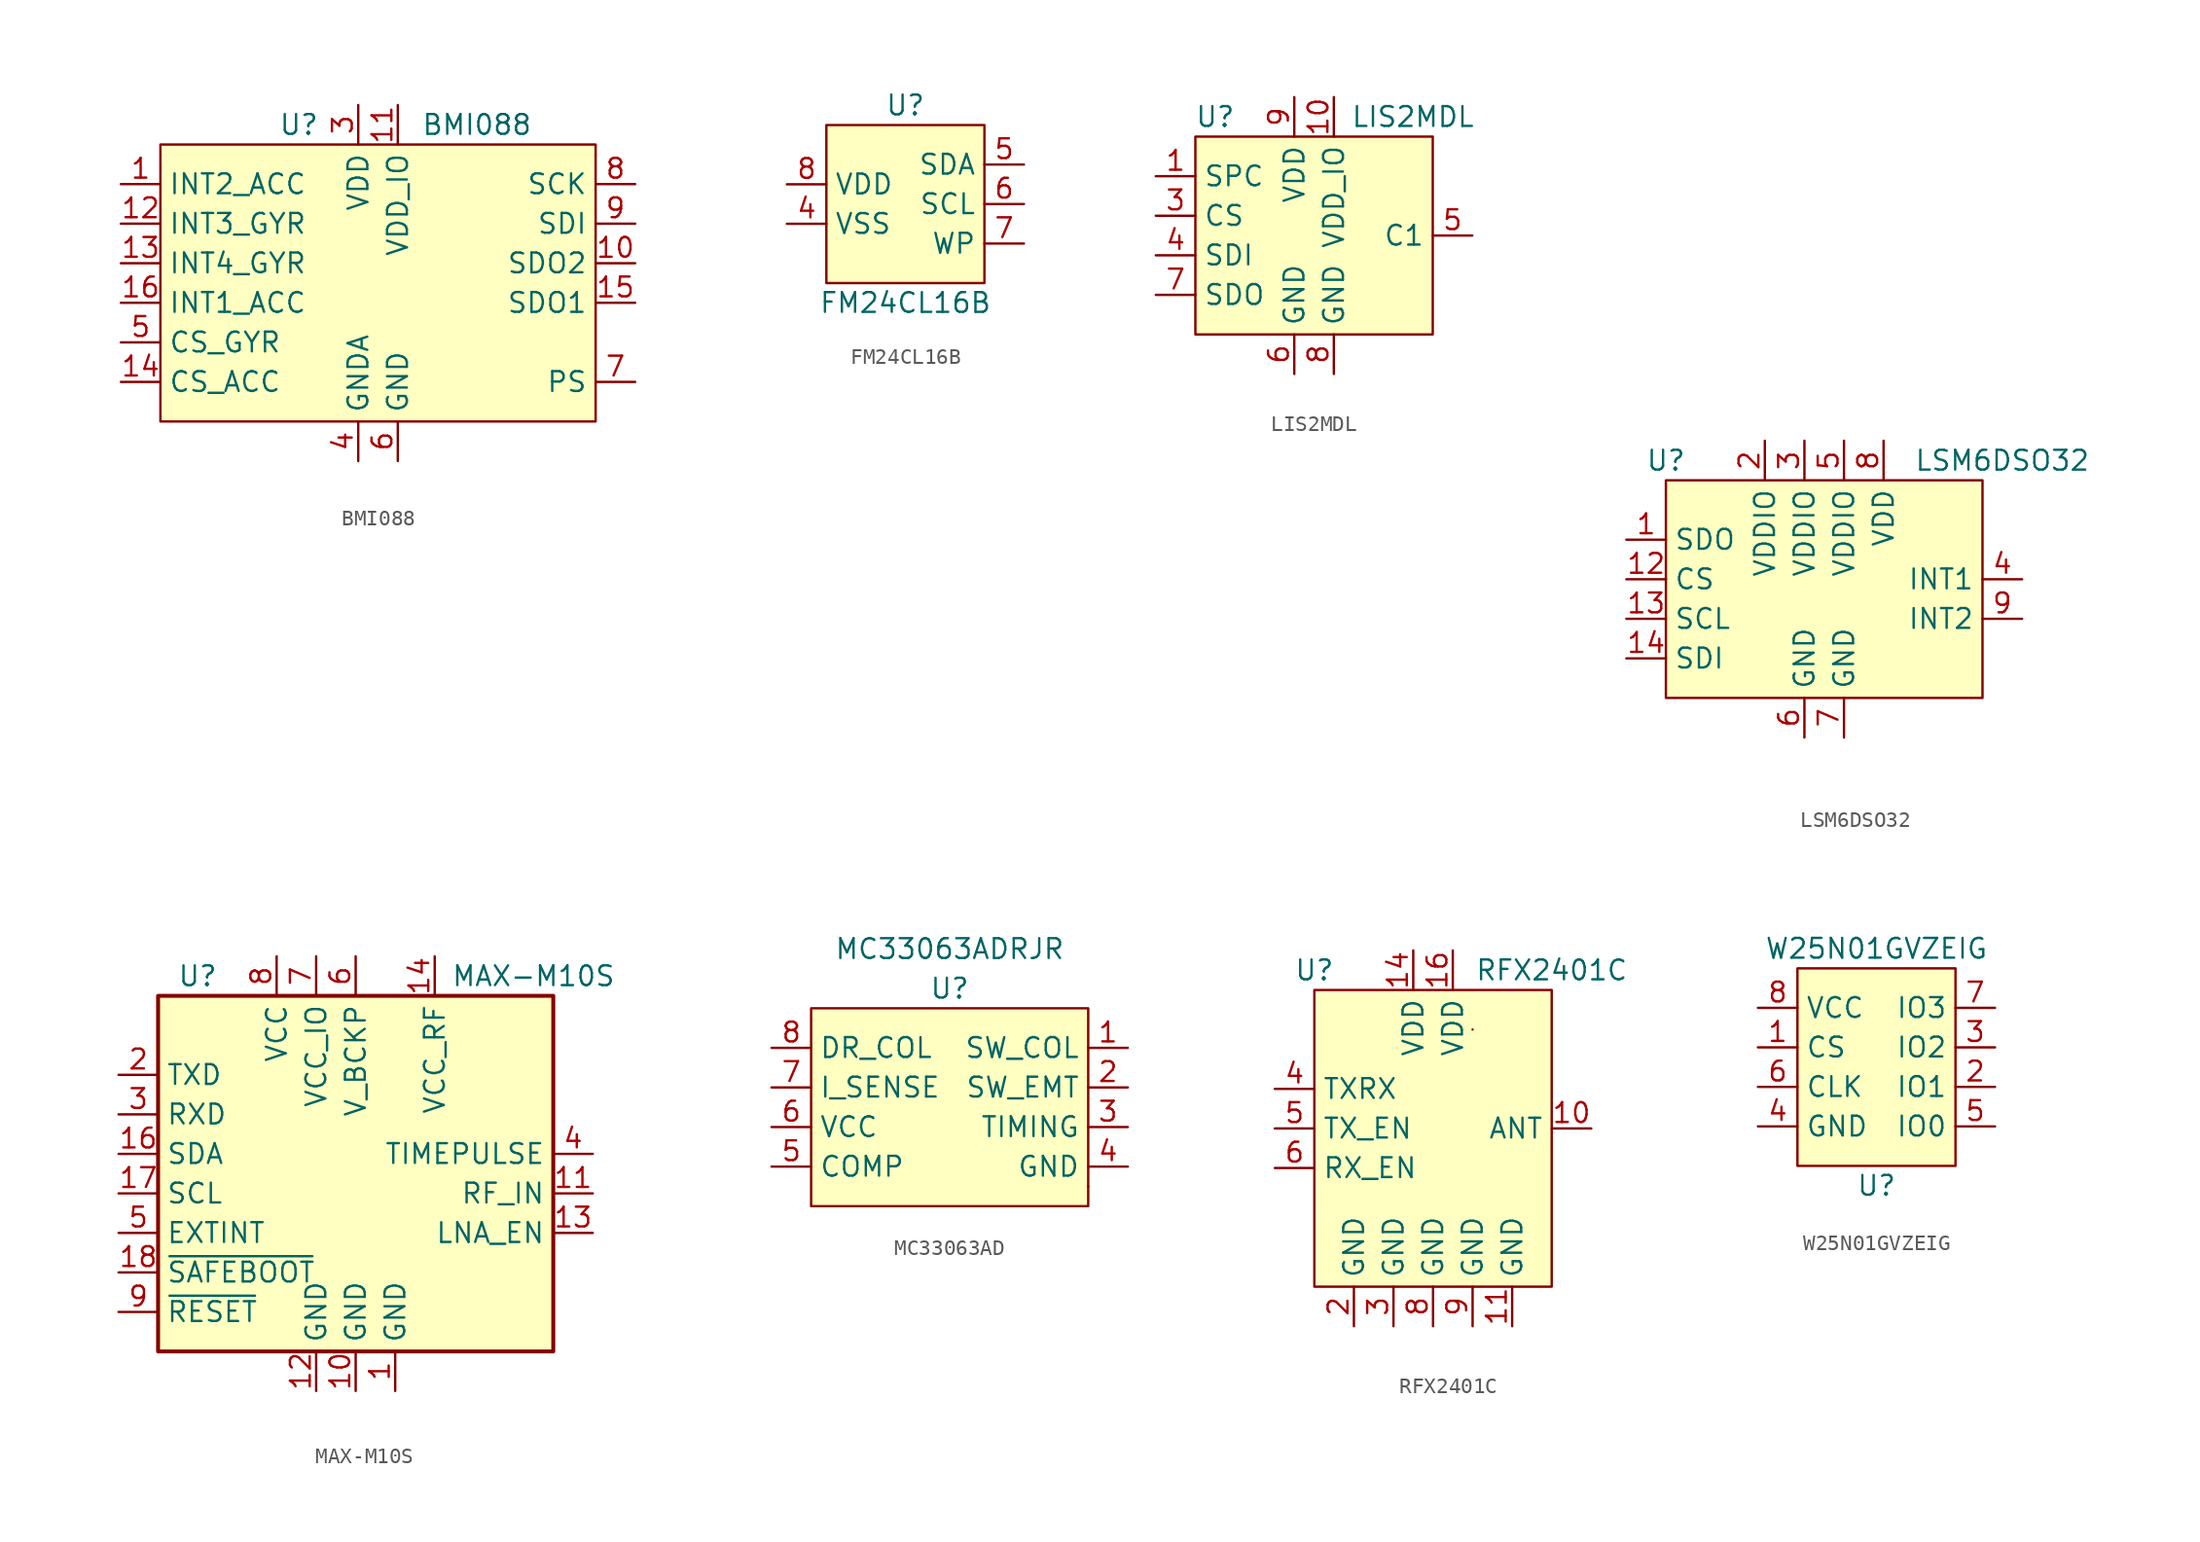
<source format=kicad_sym>
(kicad_symbol_lib
  (version 20220914)
  (generator kicad_symbol_editor)
  (symbol "BMI088"
    (property "Reference" "U"
      (at -5.08 1.27 0)
      (effects (font (size 1.27 1.27))))
    (property "Value" "BMI088"
      (at 6.35 1.27 0)
      (effects (font (size 1.27 1.27))))
    (symbol "BMI088_0_0"
      (pin bidirectional line (at -16.51 -2.54 0) (length 2.54) (name "INT2_ACC" (effects (font (size 1.27 1.27)))) (number "1" (effects (font (size 1.27 1.27)))))
      (pin output line (at 16.51 -7.62 180) (length 2.54) (name "SDO2" (effects (font (size 1.27 1.27)))) (number "10" (effects (font (size 1.27 1.27)))))
      (pin power_in line (at 1.27 2.54 270) (length 2.54) (name "VDD_IO" (effects (font (size 1.27 1.27)))) (number "11" (effects (font (size 1.27 1.27)))))
      (pin bidirectional line (at -16.51 -5.08 0) (length 2.54) (name "INT3_GYR" (effects (font (size 1.27 1.27)))) (number "12" (effects (font (size 1.27 1.27)))))
      (pin bidirectional line (at -16.51 -7.62 0) (length 2.54) (name "INT4_GYR" (effects (font (size 1.27 1.27)))) (number "13" (effects (font (size 1.27 1.27)))))
      (pin input line (at -16.51 -15.24 0) (length 2.54) (name "CS_ACC" (effects (font (size 1.27 1.27)))) (number "14" (effects (font (size 1.27 1.27)))))
      (pin output line (at 16.51 -10.16 180) (length 2.54) (name "SDO1" (effects (font (size 1.27 1.27)))) (number "15" (effects (font (size 1.27 1.27)))))
      (pin bidirectional line (at -16.51 -10.16 0) (length 2.54) (name "INT1_ACC" (effects (font (size 1.27 1.27)))) (number "16" (effects (font (size 1.27 1.27)))))
      (pin passive line (at 16.51 -12.7 180) (length 2.54) hide (name "NC" (effects (font (size 1.27 1.27)))) (number "2" (effects (font (size 1.27 1.27)))))
      (pin power_in line (at -1.27 2.54 270) (length 2.54) (name "VDD" (effects (font (size 1.27 1.27)))) (number "3" (effects (font (size 1.27 1.27)))))
      (pin power_in line (at -1.27 -20.32 90) (length 2.54) (name "GNDA" (effects (font (size 1.27 1.27)))) (number "4" (effects (font (size 1.27 1.27)))))
      (pin input line (at -16.51 -12.7 0) (length 2.54) (name "CS_GYR" (effects (font (size 1.27 1.27)))) (number "5" (effects (font (size 1.27 1.27)))))
      (pin power_in line (at 1.27 -20.32 90) (length 2.54) (name "GND" (effects (font (size 1.27 1.27)))) (number "6" (effects (font (size 1.27 1.27)))))
      (pin input line (at 16.51 -15.24 180) (length 2.54) (name "PS" (effects (font (size 1.27 1.27)))) (number "7" (effects (font (size 1.27 1.27)))))
      (pin input line (at 16.51 -2.54 180) (length 2.54) (name "SCK" (effects (font (size 1.27 1.27)))) (number "8" (effects (font (size 1.27 1.27)))))
      (pin input line (at 16.51 -5.08 180) (length 2.54) (name "SDI" (effects (font (size 1.27 1.27)))) (number "9" (effects (font (size 1.27 1.27))))))
    (symbol "BMI088_0_1"
      (rectangle (start -13.97 0) (end 13.97 -17.78) (stroke (width 0) (type default)) (fill (type background)))))
  (symbol "FM24CL16B"
    (property "Reference" "U"
      (at 1.27 1.27 0)
      (effects (font (size 1.27 1.27))))
    (property "Value" "FM24CL16B"
      (at 1.27 -11.43 0)
      (effects (font (size 1.27 1.27))))
    (symbol "FM24CL16B_0_0"
      (pin no_connect line (at -1.27 2.54 270) (length 2.54) hide (name "NC" (effects (font (size 1.27 1.27)))) (number "1" (effects (font (size 1.27 1.27)))))
      (pin no_connect line (at 1.27 2.54 270) (length 2.54) hide (name "NC" (effects (font (size 1.27 1.27)))) (number "2" (effects (font (size 1.27 1.27)))))
      (pin no_connect line (at 3.81 2.54 270) (length 2.54) hide (name "NC" (effects (font (size 1.27 1.27)))) (number "3" (effects (font (size 1.27 1.27)))))
      (pin power_in line (at -6.35 -6.35 0) (length 2.54) (name "VSS" (effects (font (size 1.27 1.27)))) (number "4" (effects (font (size 1.27 1.27)))))
      (pin bidirectional line (at 8.89 -2.54 180) (length 2.54) (name "SDA" (effects (font (size 1.27 1.27)))) (number "5" (effects (font (size 1.27 1.27)))))
      (pin input line (at 8.89 -5.08 180) (length 2.54) (name "SCL" (effects (font (size 1.27 1.27)))) (number "6" (effects (font (size 1.27 1.27)))))
      (pin input line (at 8.89 -7.62 180) (length 2.54) (name "WP" (effects (font (size 1.27 1.27)))) (number "7" (effects (font (size 1.27 1.27)))))
      (pin power_in line (at -6.35 -3.81 0) (length 2.54) (name "VDD" (effects (font (size 1.27 1.27)))) (number "8" (effects (font (size 1.27 1.27))))))
    (symbol "FM24CL16B_0_1"
      (rectangle (start -3.81 0) (end 6.35 -10.16) (stroke (width 0) (type default)) (fill (type background)))))
  (symbol "LIS2MDL"
    (property "Reference" "U"
      (at -6.35 1.27 0)
      (effects (font (size 1.27 1.27))))
    (property "Value" "LIS2MDL"
      (at 6.35 1.27 0)
      (effects (font (size 1.27 1.27))))
    (symbol "LIS2MDL_0_0"
      (pin input line (at -10.16 -2.54 0) (length 2.54) (name "SPC" (effects (font (size 1.27 1.27)))) (number "1" (effects (font (size 1.27 1.27)))))
      (pin power_in line (at 1.27 2.54 270) (length 2.54) (name "VDD_IO" (effects (font (size 1.27 1.27)))) (number "10" (effects (font (size 1.27 1.27)))))
      (pin input line (at -10.16 -5.08 0) (length 2.54) (name "CS" (effects (font (size 1.27 1.27)))) (number "3" (effects (font (size 1.27 1.27)))))
      (pin input line (at -10.16 -7.62 0) (length 2.54) (name "SDI" (effects (font (size 1.27 1.27)))) (number "4" (effects (font (size 1.27 1.27)))))
      (pin input line (at 10.16 -6.35 180) (length 2.54) (name "C1" (effects (font (size 1.27 1.27)))) (number "5" (effects (font (size 1.27 1.27)))))
      (pin power_in line (at -1.27 -15.24 90) (length 2.54) (name "GND" (effects (font (size 1.27 1.27)))) (number "6" (effects (font (size 1.27 1.27)))))
      (pin bidirectional line (at -10.16 -10.16 0) (length 2.54) (name "SDO" (effects (font (size 1.27 1.27)))) (number "7" (effects (font (size 1.27 1.27)))))
      (pin power_in line (at 1.27 -15.24 90) (length 2.54) (name "GND" (effects (font (size 1.27 1.27)))) (number "8" (effects (font (size 1.27 1.27)))))
      (pin power_in line (at -1.27 2.54 270) (length 2.54) (name "VDD" (effects (font (size 1.27 1.27)))) (number "9" (effects (font (size 1.27 1.27))))))
    (symbol "LIS2MDL_1_0"
      (pin no_connect line (at 10.16 -8.89 180) (length 2.54) hide (name "NC" (effects (font (size 1.27 1.27)))) (number "11" (effects (font (size 1.27 1.27)))))
      (pin no_connect line (at 10.16 -11.43 180) (length 2.54) hide (name "NC" (effects (font (size 1.27 1.27)))) (number "12" (effects (font (size 1.27 1.27)))))
      (pin no_connect line (at 10.16 -3.81 180) (length 2.54) hide (name "NC" (effects (font (size 1.27 1.27)))) (number "2" (effects (font (size 1.27 1.27))))))
    (symbol "LIS2MDL_1_1"
      (rectangle (start -7.62 0) (end 7.62 -12.7) (stroke (width 0) (type default)) (fill (type background)))))
  (symbol "LSM6DSO32"
    (property "Reference" "U"
      (at -10.16 1.27 0)
      (effects (font (size 1.27 1.27))))
    (property "Value" "LSM6DSO32"
      (at 11.43 1.27 0)
      (effects (font (size 1.27 1.27))))
    (symbol "LSM6DSO32_0_0"
      (pin input line (at -12.7 -6.35 0) (length 2.54) (name "CS" (effects (font (size 1.27 1.27)))) (number "12" (effects (font (size 1.27 1.27)))))
      (pin input line (at -12.7 -8.89 0) (length 2.54) (name "SCL" (effects (font (size 1.27 1.27)))) (number "13" (effects (font (size 1.27 1.27)))))
      (pin input line (at -12.7 -11.43 0) (length 2.54) (name "SDI" (effects (font (size 1.27 1.27)))) (number "14" (effects (font (size 1.27 1.27)))))
      (pin power_in line (at -3.81 2.54 270) (length 2.54) (name "VDDIO" (effects (font (size 1.27 1.27)))) (number "2" (effects (font (size 1.27 1.27)))))
      (pin power_in line (at -1.27 2.54 270) (length 2.54) (name "VDDIO" (effects (font (size 1.27 1.27)))) (number "3" (effects (font (size 1.27 1.27)))))
      (pin output line (at 12.7 -6.35 180) (length 2.54) (name "INT1" (effects (font (size 1.27 1.27)))) (number "4" (effects (font (size 1.27 1.27)))))
      (pin power_in line (at 1.27 2.54 270) (length 2.54) (name "VDDIO" (effects (font (size 1.27 1.27)))) (number "5" (effects (font (size 1.27 1.27)))))
      (pin power_in line (at -1.27 -16.51 90) (length 2.54) (name "GND" (effects (font (size 1.27 1.27)))) (number "6" (effects (font (size 1.27 1.27)))))
      (pin power_in line (at 1.27 -16.51 90) (length 2.54) (name "GND" (effects (font (size 1.27 1.27)))) (number "7" (effects (font (size 1.27 1.27)))))
      (pin power_in line (at 3.81 2.54 270) (length 2.54) (name "VDD" (effects (font (size 1.27 1.27)))) (number "8" (effects (font (size 1.27 1.27)))))
      (pin output line (at 12.7 -8.89 180) (length 2.54) (name "INT2" (effects (font (size 1.27 1.27)))) (number "9" (effects (font (size 1.27 1.27))))))
    (symbol "LSM6DSO32_1_0"
      (pin bidirectional line (at -12.7 -3.81 0) (length 2.54) (name "SDO" (effects (font (size 1.27 1.27)))) (number "1" (effects (font (size 1.27 1.27)))))
      (pin no_connect line (at 0 22.86 0) (length 2.54) hide (name "NC" (effects (font (size 1.27 1.27)))) (number "10" (effects (font (size 1.27 1.27)))))
      (pin no_connect line (at 0 20.32 0) (length 2.54) hide (name "NC" (effects (font (size 1.27 1.27)))) (number "11" (effects (font (size 1.27 1.27))))))
    (symbol "LSM6DSO32_1_1"
      (rectangle (start -10.16 0) (end 10.16 -13.97) (stroke (width 0) (type default)) (fill (type background)))))
  (symbol "MAX-M10S"
    (property "Reference" "U"
      (at -10.16 16.51 0)
      (effects (font (size 1.27 1.27))))
    (property "Value" "MAX-M10S"
      (at 11.43 16.51 0)
      (effects (font (size 1.27 1.27))))
    (symbol "MAX-M10S_0_1"
      (rectangle (start -12.7 15.24) (end 12.7 -7.62) (stroke (width 0.254) (type default)) (fill (type background))))
    (symbol "MAX-M10S_1_1"
      (pin power_in line (at 2.54 -10.16 90) (length 2.54) (name "GND" (effects (font (size 1.27 1.27)))) (number "1" (effects (font (size 1.27 1.27)))))
      (pin power_in line (at 0 -10.16 90) (length 2.54) (name "GND" (effects (font (size 1.27 1.27)))) (number "10" (effects (font (size 1.27 1.27)))))
      (pin input line (at 15.24 2.54 180) (length 2.54) (name "RF_IN" (effects (font (size 1.27 1.27)))) (number "11" (effects (font (size 1.27 1.27)))))
      (pin power_in line (at -2.54 -10.16 90) (length 2.54) (name "GND" (effects (font (size 1.27 1.27)))) (number "12" (effects (font (size 1.27 1.27)))))
      (pin output line (at 15.24 0 180) (length 2.54) (name "LNA_EN" (effects (font (size 1.27 1.27)))) (number "13" (effects (font (size 1.27 1.27)))))
      (pin power_out line (at 5.08 17.78 270) (length 2.54) (name "VCC_RF" (effects (font (size 1.27 1.27)))) (number "14" (effects (font (size 1.27 1.27)))))
      (pin no_connect line (at 15.24 -5.08 180) (length 2.54) hide (name "Reserved" (effects (font (size 1.27 1.27)))) (number "15" (effects (font (size 1.27 1.27)))))
      (pin bidirectional line (at -15.24 5.08 0) (length 2.54) (name "SDA" (effects (font (size 1.27 1.27)))) (number "16" (effects (font (size 1.27 1.27)))))
      (pin input line (at -15.24 2.54 0) (length 2.54) (name "SCL" (effects (font (size 1.27 1.27)))) (number "17" (effects (font (size 1.27 1.27)))))
      (pin input line (at -15.24 -2.54 0) (length 2.54) (name "~{SAFEBOOT}" (effects (font (size 1.27 1.27)))) (number "18" (effects (font (size 1.27 1.27)))))
      (pin output line (at -15.24 10.16 0) (length 2.54) (name "TXD" (effects (font (size 1.27 1.27)))) (number "2" (effects (font (size 1.27 1.27)))))
      (pin input line (at -15.24 7.62 0) (length 2.54) (name "RXD" (effects (font (size 1.27 1.27)))) (number "3" (effects (font (size 1.27 1.27)))))
      (pin output line (at 15.24 5.08 180) (length 2.54) (name "TIMEPULSE" (effects (font (size 1.27 1.27)))) (number "4" (effects (font (size 1.27 1.27)))))
      (pin input line (at -15.24 0 0) (length 2.54) (name "EXTINT" (effects (font (size 1.27 1.27)))) (number "5" (effects (font (size 1.27 1.27)))))
      (pin power_in line (at 0 17.78 270) (length 2.54) (name "V_BCKP" (effects (font (size 1.27 1.27)))) (number "6" (effects (font (size 1.27 1.27)))))
      (pin power_in line (at -2.54 17.78 270) (length 2.54) (name "VCC_IO" (effects (font (size 1.27 1.27)))) (number "7" (effects (font (size 1.27 1.27)))))
      (pin power_in line (at -5.08 17.78 270) (length 2.54) (name "VCC" (effects (font (size 1.27 1.27)))) (number "8" (effects (font (size 1.27 1.27)))))
      (pin input line (at -15.24 -5.08 0) (length 2.54) (name "~{RESET}" (effects (font (size 1.27 1.27)))) (number "9" (effects (font (size 1.27 1.27)))))))
  (symbol "MC33063AD"
    (property "Reference" "U"
      (at 0 1.27 0)
      (effects (font (size 1.27 1.27))))
    (property "Value" "MC33063ADRJR"
      (at 0 3.81 0)
      (effects (font (size 1.27 1.27))))
    (symbol "MC33063AD_0_0"
      (pin unspecified line (at 11.43 -2.54 180) (length 2.54) (name "SW_COL" (effects (font (size 1.27 1.27)))) (number "1" (effects (font (size 1.27 1.27)))))
      (pin unspecified line (at 11.43 -5.08 180) (length 2.54) (name "SW_EMT" (effects (font (size 1.27 1.27)))) (number "2" (effects (font (size 1.27 1.27)))))
      (pin unspecified line (at 11.43 -7.62 180) (length 2.54) (name "TIMING" (effects (font (size 1.27 1.27)))) (number "3" (effects (font (size 1.27 1.27)))))
      (pin unspecified line (at 11.43 -10.16 180) (length 2.54) (name "GND" (effects (font (size 1.27 1.27)))) (number "4" (effects (font (size 1.27 1.27)))))
      (pin unspecified line (at -11.43 -10.16 0) (length 2.54) (name "COMP" (effects (font (size 1.27 1.27)))) (number "5" (effects (font (size 1.27 1.27)))))
      (pin unspecified line (at -11.43 -7.62 0) (length 2.54) (name "VCC" (effects (font (size 1.27 1.27)))) (number "6" (effects (font (size 1.27 1.27)))))
      (pin unspecified line (at -11.43 -5.08 0) (length 2.54) (name "I_SENSE" (effects (font (size 1.27 1.27)))) (number "7" (effects (font (size 1.27 1.27)))))
      (pin unspecified line (at -11.43 -2.54 0) (length 2.54) (name "DR_COL" (effects (font (size 1.27 1.27)))) (number "8" (effects (font (size 1.27 1.27))))))
    (symbol "MC33063AD_0_1"
      (rectangle (start 8.89 -11.43) (end 8.89 -11.43) (stroke (width 0) (type default)) (fill (type none))))
    (symbol "MC33063AD_1_1"
      (rectangle (start -8.89 0) (end 8.89 -12.7) (stroke (width 0) (type default)) (fill (type background)))))
  (symbol "RFX2401C"
    (property "Reference" "U"
      (at -7.62 1.27 0)
      (effects (font (size 1.27 1.27))))
    (property "Value" "RFX2401C"
      (at 7.62 1.27 0)
      (effects (font (size 1.27 1.27))))
    (symbol "RFX2401C_0_0"
      (pin no_connect line (at -6.35 2.54 270) (length 2.54) hide (name "NC" (effects (font (size 1.27 1.27)))) (number "1" (effects (font (size 1.27 1.27)))))
      (pin output line (at 10.16 -8.89 180) (length 2.54) (name "ANT" (effects (font (size 1.27 1.27)))) (number "10" (effects (font (size 1.27 1.27)))))
      (pin power_in line (at 5.08 -21.59 90) (length 2.54) (name "GND" (effects (font (size 1.27 1.27)))) (number "11" (effects (font (size 1.27 1.27)))))
      (pin no_connect line (at 3.81 2.54 270) (length 2.54) hide (name "NC" (effects (font (size 1.27 1.27)))) (number "12" (effects (font (size 1.27 1.27)))))
      (pin no_connect line (at 10.16 -11.43 180) (length 2.54) hide (name "DNC" (effects (font (size 1.27 1.27)))) (number "13" (effects (font (size 1.27 1.27)))))
      (pin power_in line (at -1.27 2.54 270) (length 2.54) (name "VDD" (effects (font (size 1.27 1.27)))) (number "14" (effects (font (size 1.27 1.27)))))
      (pin no_connect line (at 6.35 2.54 270) (length 2.54) hide (name "NC" (effects (font (size 1.27 1.27)))) (number "15" (effects (font (size 1.27 1.27)))))
      (pin power_in line (at 1.27 2.54 270) (length 2.54) (name "VDD" (effects (font (size 1.27 1.27)))) (number "16" (effects (font (size 1.27 1.27)))))
      (pin power_in line (at -5.08 -21.59 90) (length 2.54) (name "GND" (effects (font (size 1.27 1.27)))) (number "2" (effects (font (size 1.27 1.27)))))
      (pin power_in line (at -2.54 -21.59 90) (length 2.54) (name "GND" (effects (font (size 1.27 1.27)))) (number "3" (effects (font (size 1.27 1.27)))))
      (pin input line (at -10.16 -6.35 0) (length 2.54) (name "TXRX" (effects (font (size 1.27 1.27)))) (number "4" (effects (font (size 1.27 1.27)))))
      (pin input line (at -10.16 -8.89 0) (length 2.54) (name "TX_EN" (effects (font (size 1.27 1.27)))) (number "5" (effects (font (size 1.27 1.27)))))
      (pin input line (at -10.16 -11.43 0) (length 2.54) (name "RX_EN" (effects (font (size 1.27 1.27)))) (number "6" (effects (font (size 1.27 1.27)))))
      (pin no_connect line (at -3.81 2.54 270) (length 2.54) hide (name "NC" (effects (font (size 1.27 1.27)))) (number "7" (effects (font (size 1.27 1.27)))))
      (pin power_in line (at 0 -21.59 90) (length 2.54) (name "GND" (effects (font (size 1.27 1.27)))) (number "8" (effects (font (size 1.27 1.27)))))
      (pin power_in line (at 2.54 -21.59 90) (length 2.54) (name "GND" (effects (font (size 1.27 1.27)))) (number "9" (effects (font (size 1.27 1.27))))))
    (symbol "RFX2401C_0_1"
      (rectangle (start -7.62 0) (end 7.62 -19.05) (stroke (width 0) (type default)) (fill (type background)))
      (rectangle (start 2.54 -2.54) (end 2.54 -2.54) (stroke (width 0) (type default)) (fill (type none)))))
  (symbol "W25N01GVZEIG"
    (property "Reference" "U"
      (at 0 -13.97 0)
      (effects (font (size 1.27 1.27))))
    (property "Value" "W25N01GVZEIG"
      (at 0 1.27 0)
      (effects (font (size 1.27 1.27))))
    (symbol "W25N01GVZEIG_0_0"
      (pin input line (at -7.62 -5.08 0) (length 2.54) (name "CS" (effects (font (size 1.27 1.27)))) (number "1" (effects (font (size 1.27 1.27)))))
      (pin bidirectional line (at 7.62 -7.62 180) (length 2.54) (name "IO1" (effects (font (size 1.27 1.27)))) (number "2" (effects (font (size 1.27 1.27)))))
      (pin bidirectional line (at 7.62 -5.08 180) (length 2.54) (name "IO2" (effects (font (size 1.27 1.27)))) (number "3" (effects (font (size 1.27 1.27)))))
      (pin power_in line (at -7.62 -10.16 0) (length 2.54) (name "GND" (effects (font (size 1.27 1.27)))) (number "4" (effects (font (size 1.27 1.27)))))
      (pin bidirectional line (at 7.62 -10.16 180) (length 2.54) (name "IO0" (effects (font (size 1.27 1.27)))) (number "5" (effects (font (size 1.27 1.27)))))
      (pin input line (at -7.62 -7.62 0) (length 2.54) (name "CLK" (effects (font (size 1.27 1.27)))) (number "6" (effects (font (size 1.27 1.27)))))
      (pin bidirectional line (at 7.62 -2.54 180) (length 2.54) (name "IO3" (effects (font (size 1.27 1.27)))) (number "7" (effects (font (size 1.27 1.27)))))
      (pin power_in line (at -7.62 -2.54 0) (length 2.54) (name "VCC" (effects (font (size 1.27 1.27)))) (number "8" (effects (font (size 1.27 1.27))))))
    (symbol "W25N01GVZEIG_0_1"
      (rectangle (start -5.08 0) (end 5.08 -12.7) (stroke (width 0) (type default)) (fill (type background))))))
</source>
